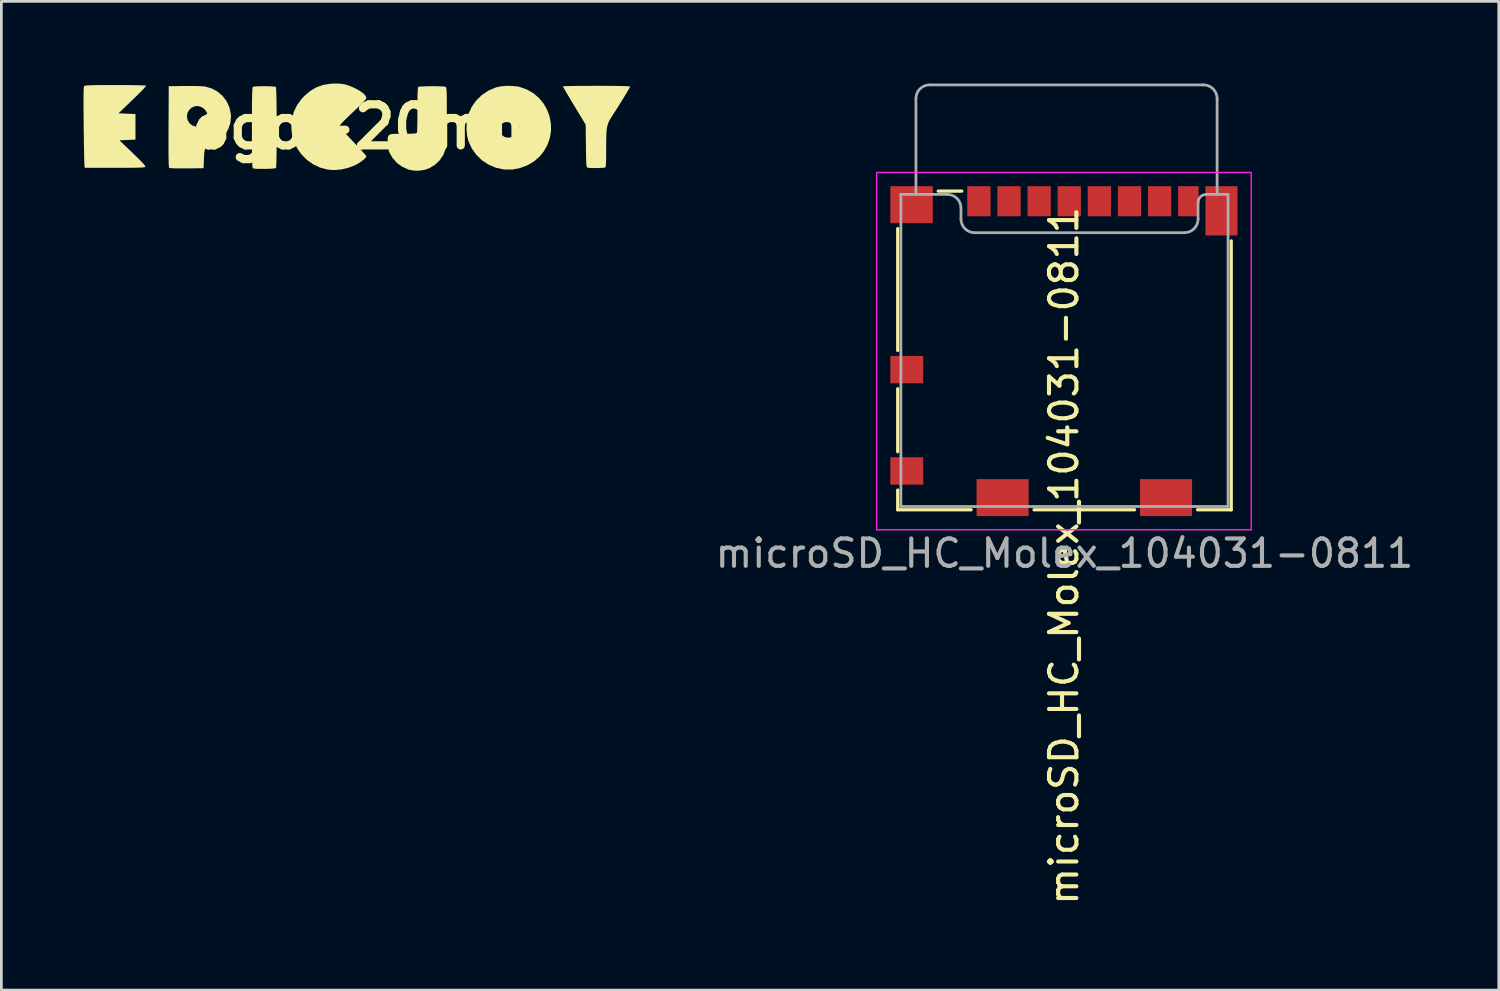
<source format=kicad_pcb>
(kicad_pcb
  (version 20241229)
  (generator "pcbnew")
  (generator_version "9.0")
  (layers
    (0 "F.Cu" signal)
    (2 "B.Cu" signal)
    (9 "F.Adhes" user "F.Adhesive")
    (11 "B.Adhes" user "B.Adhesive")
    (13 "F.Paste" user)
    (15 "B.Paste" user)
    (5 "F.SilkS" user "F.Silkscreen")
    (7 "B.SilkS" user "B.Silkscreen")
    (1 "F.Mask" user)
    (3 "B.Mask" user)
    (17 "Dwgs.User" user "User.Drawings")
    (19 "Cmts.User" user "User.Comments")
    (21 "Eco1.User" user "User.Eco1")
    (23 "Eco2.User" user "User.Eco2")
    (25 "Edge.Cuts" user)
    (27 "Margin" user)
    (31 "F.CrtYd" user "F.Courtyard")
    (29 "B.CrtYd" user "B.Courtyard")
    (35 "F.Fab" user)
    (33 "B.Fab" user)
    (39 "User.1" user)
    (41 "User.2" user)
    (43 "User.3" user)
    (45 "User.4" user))
  (footprint "logo-20mm"
    (layer "F.Cu")
    (at 9.993 1.582)
    (property "Reference" "logo-20mm" (at 0 0 0) (layer "F.SilkS") (effects (font (size 1.5 1.5) (thickness 0.3))))
    (attr board_only exclude_from_pos_files exclude_from_bom)
    (fp_poly (pts (xy -3.294 -1.483) (xy -3.167 -1.479) (xy -3.061 -1.472) (xy -2.99 -1.463) (xy -2.966 -1.455) (xy -2.96 -1.42) (xy -2.955 -1.335) (xy -2.95 -1.207) (xy -2.946 -1.042) (xy -2.943 -0.847) (xy -2.94 -0.628) (xy -2.938 -0.391) (xy -2.937 -0.144) (xy -2.937 0.108) (xy -2.937 0.357) (xy -2.938 0.598) (xy -2.94 0.824) (xy -2.943 1.028) (xy -2.946 1.205) (xy -2.95 1.346) (xy -2.955 1.446) (xy -2.961 1.499) (xy -2.963 1.505) (xy -3.001 1.516) (xy -3.083 1.525) (xy -3.195 1.532) (xy -3.326 1.536) (xy -3.462 1.537) (xy -3.591 1.536) (xy -3.7 1.532) (xy -3.776 1.524) (xy -3.802 1.517) (xy -3.811 1.505) (xy -3.819 1.477) (xy -3.825 1.429) (xy -3.83 1.356) (xy -3.834 1.254) (xy -3.838 1.119) (xy -3.84 0.946) (xy -3.841 0.731) (xy -3.842 0.47) (xy -3.842 0.159) (xy -3.842 0.029) (xy -3.842 -0.313) (xy -3.841 -0.602) (xy -3.84 -0.842) (xy -3.837 -1.036) (xy -3.834 -1.189) (xy -3.829 -1.303) (xy -3.824 -1.384) (xy -3.817 -1.434) (xy -3.81 -1.457) (xy -3.807 -1.459) (xy -3.763 -1.47) (xy -3.676 -1.477) (xy -3.561 -1.482) (xy -3.429 -1.484)) (stroke (width 0) (type solid)) (fill yes) (layer "F.SilkS"))
    (fp_poly (pts (xy -0.613 -1.576) (xy -0.461 -1.554) (xy -0.312 -1.511) (xy -0.149 -1.443) (xy -0.036 -1.389) (xy 0.114 -1.303) (xy 0.232 -1.217) (xy 0.309 -1.135) (xy 0.339 -1.065) (xy 0.339 -1.06) (xy 0.326 -1.025) (xy 0.286 -0.97) (xy 0.214 -0.891) (xy 0.108 -0.784) (xy -0.036 -0.646) (xy -0.156 -0.533) (xy -0.33 -0.367) (xy -0.468 -0.232) (xy -0.567 -0.128) (xy -0.626 -0.058) (xy -0.643 -0.023) (xy -0.622 0.01) (xy -0.567 0.078) (xy -0.484 0.173) (xy -0.377 0.291) (xy -0.252 0.425) (xy -0.148 0.535) (xy -0.015 0.676) (xy 0.105 0.804) (xy 0.206 0.915) (xy 0.282 1.001) (xy 0.327 1.057) (xy 0.339 1.076) (xy 0.316 1.123) (xy 0.252 1.188) (xy 0.16 1.261) (xy 0.049 1.335) (xy -0.07 1.4) (xy -0.071 1.401) (xy -0.311 1.495) (xy -0.571 1.556) (xy -0.831 1.58) (xy -1.073 1.563) (xy -1.074 1.563) (xy -1.352 1.489) (xy -1.608 1.368) (xy -1.837 1.205) (xy -2.034 1.006) (xy -2.193 0.777) (xy -2.311 0.524) (xy -2.382 0.252) (xy -2.402 0.01) (xy -2.38 -0.284) (xy -2.312 -0.549) (xy -2.194 -0.792) (xy -2.025 -1.021) (xy -1.935 -1.118) (xy -1.718 -1.306) (xy -1.488 -1.442) (xy -1.237 -1.531) (xy -0.957 -1.575) (xy -0.788 -1.582)) (stroke (width 0) (type solid)) (fill yes) (layer "F.SilkS"))
    (fp_poly (pts (xy 9.062 -1.497) (xy 9.336 -1.495) (xy 9.564 -1.492) (xy 9.744 -1.488) (xy 9.873 -1.483) (xy 9.951 -1.476) (xy 9.974 -1.47) (xy 9.959 -1.438) (xy 9.919 -1.366) (xy 9.857 -1.261) (xy 9.779 -1.131) (xy 9.688 -0.983) (xy 9.59 -0.825) (xy 9.489 -0.665) (xy 9.39 -0.509) (xy 9.324 -0.408) (xy 9.259 -0.305) (xy 9.207 -0.214) (xy 9.168 -0.126) (xy 9.14 -0.032) (xy 9.12 0.077) (xy 9.108 0.208) (xy 9.101 0.371) (xy 9.098 0.575) (xy 9.098 0.783) (xy 9.097 1.004) (xy 9.095 1.175) (xy 9.092 1.301) (xy 9.087 1.39) (xy 9.079 1.446) (xy 9.069 1.476) (xy 9.058 1.486) (xy 9.007 1.495) (xy 8.915 1.501) (xy 8.799 1.505) (xy 8.675 1.506) (xy 8.56 1.505) (xy 8.469 1.5) (xy 8.419 1.492) (xy 8.404 1.483) (xy 8.391 1.465) (xy 8.382 1.433) (xy 8.374 1.378) (xy 8.369 1.296) (xy 8.365 1.179) (xy 8.362 1.022) (xy 8.359 0.817) (xy 8.358 0.698) (xy 8.349 -0.077) (xy 7.932 -0.768) (xy 7.825 -0.946) (xy 7.728 -1.109) (xy 7.645 -1.249) (xy 7.58 -1.361) (xy 7.535 -1.439) (xy 7.516 -1.476) (xy 7.515 -1.478) (xy 7.543 -1.482) (xy 7.621 -1.486) (xy 7.744 -1.489) (xy 7.906 -1.492) (xy 8.102 -1.495) (xy 8.326 -1.496) (xy 8.572 -1.497) (xy 8.744 -1.497)) (stroke (width 0) (type solid)) (fill yes) (layer "F.SilkS"))
    (fp_poly (pts (xy -8.582 -1.525) (xy -8.355 -1.524) (xy -8.153 -1.521) (xy -7.98 -1.518) (xy -7.844 -1.514) (xy -7.75 -1.509) (xy -7.705 -1.504) (xy -7.702 -1.503) (xy -7.718 -1.478) (xy -7.769 -1.419) (xy -7.851 -1.333) (xy -7.958 -1.225) (xy -8.085 -1.099) (xy -8.2 -0.987) (xy -8.713 -0.494) (xy -8.404 -0.48) (xy -8.095 -0.466) (xy -8.095 0) (xy -8.095 0.466) (xy -8.387 0.48) (xy -8.68 0.494) (xy -8.198 0.955) (xy -8.022 1.126) (xy -7.887 1.262) (xy -7.793 1.363) (xy -7.742 1.429) (xy -7.732 1.456) (xy -7.743 1.467) (xy -7.77 1.476) (xy -7.818 1.482) (xy -7.893 1.488) (xy -7.998 1.492) (xy -8.14 1.495) (xy -8.324 1.496) (xy -8.553 1.497) (xy -8.834 1.497) (xy -8.846 1.497) (xy -9.944 1.497) (xy -9.957 1.434) (xy -9.96 1.394) (xy -9.963 1.303) (xy -9.967 1.167) (xy -9.971 0.991) (xy -9.975 0.782) (xy -9.979 0.544) (xy -9.982 0.284) (xy -9.986 0.008) (xy -9.986 -0.039) (xy -9.99 -0.385) (xy -9.992 -0.677) (xy -9.993 -0.919) (xy -9.992 -1.113) (xy -9.99 -1.264) (xy -9.986 -1.374) (xy -9.98 -1.445) (xy -9.973 -1.482) (xy -9.971 -1.487) (xy -9.953 -1.497) (xy -9.916 -1.505) (xy -9.855 -1.512) (xy -9.764 -1.517) (xy -9.64 -1.521) (xy -9.476 -1.523) (xy -9.268 -1.525) (xy -9.012 -1.526) (xy -8.827 -1.526)) (stroke (width 0) (type solid)) (fill yes) (layer "F.SilkS"))
    (fp_poly (pts (xy 5.661 -1.494) (xy 5.856 -1.473) (xy 5.946 -1.454) (xy 6.214 -1.358) (xy 6.45 -1.22) (xy 6.651 -1.046) (xy 6.816 -0.843) (xy 6.944 -0.617) (xy 7.032 -0.374) (xy 7.079 -0.119) (xy 7.083 0.142) (xy 7.042 0.402) (xy 6.955 0.655) (xy 6.82 0.895) (xy 6.678 1.073) (xy 6.471 1.257) (xy 6.229 1.401) (xy 5.964 1.502) (xy 5.686 1.557) (xy 5.405 1.561) (xy 5.339 1.554) (xy 5.055 1.491) (xy 4.792 1.377) (xy 4.555 1.219) (xy 4.352 1.02) (xy 4.187 0.786) (xy 4.066 0.52) (xy 4.064 0.514) (xy 4.016 0.313) (xy 3.995 0.085) (xy 3.998 0.007) (xy 5.156 0.007) (xy 5.175 0.135) (xy 5.247 0.256) (xy 5.3 0.309) (xy 5.38 0.367) (xy 5.461 0.392) (xy 5.532 0.395) (xy 5.658 0.379) (xy 5.753 0.341) (xy 5.839 0.259) (xy 5.891 0.158) (xy 5.92 0.075) (xy 5.926 0.016) (xy 5.911 -0.049) (xy 5.892 -0.1) (xy 5.818 -0.225) (xy 5.715 -0.308) (xy 5.593 -0.347) (xy 5.463 -0.339) (xy 5.337 -0.283) (xy 5.279 -0.236) (xy 5.19 -0.118) (xy 5.156 0.007) (xy 3.998 0.007) (xy 4.003 -0.149) (xy 4.037 -0.367) (xy 4.064 -0.46) (xy 4.184 -0.725) (xy 4.35 -0.96) (xy 4.556 -1.161) (xy 4.796 -1.322) (xy 5.065 -1.437) (xy 5.082 -1.442) (xy 5.251 -1.478) (xy 5.452 -1.496)) (stroke (width 0) (type solid)) (fill yes) (layer "F.SilkS"))
    (fp_poly (pts (xy -5.921 -1.49) (xy -5.762 -1.486) (xy -5.635 -1.48) (xy -5.552 -1.471) (xy -5.543 -1.47) (xy -5.303 -1.398) (xy -5.09 -1.281) (xy -4.91 -1.124) (xy -4.766 -0.934) (xy -4.666 -0.716) (xy -4.613 -0.476) (xy -4.606 -0.349) (xy -4.632 -0.13) (xy -4.706 0.084) (xy -4.821 0.283) (xy -4.971 0.457) (xy -5.147 0.597) (xy -5.343 0.692) (xy -5.354 0.695) (xy -5.442 0.726) (xy -5.504 0.758) (xy -5.545 0.801) (xy -5.569 0.866) (xy -5.583 0.963) (xy -5.591 1.102) (xy -5.594 1.166) (xy -5.608 1.512) (xy -6.216 1.519) (xy -6.397 1.52) (xy -6.56 1.518) (xy -6.696 1.516) (xy -6.796 1.511) (xy -6.851 1.505) (xy -6.859 1.503) (xy -6.867 1.486) (xy -6.874 1.446) (xy -6.879 1.377) (xy -6.883 1.278) (xy -6.886 1.142) (xy -6.888 0.967) (xy -6.889 0.75) (xy -6.889 0.485) (xy -6.888 0.169) (xy -6.887 -0.002) (xy -6.885 -0.381) (xy -6.216 -0.381) (xy -6.191 -0.246) (xy -6.125 -0.135) (xy -6.028 -0.054) (xy -5.911 -0.01) (xy -5.784 -0.009) (xy -5.658 -0.056) (xy -5.658 -0.056) (xy -5.544 -0.153) (xy -5.478 -0.27) (xy -5.459 -0.395) (xy -5.487 -0.519) (xy -5.561 -0.631) (xy -5.682 -0.722) (xy -5.685 -0.723) (xy -5.811 -0.76) (xy -5.936 -0.749) (xy -6.05 -0.696) (xy -6.141 -0.607) (xy -6.2 -0.491) (xy -6.216 -0.381) (xy -6.885 -0.381) (xy -6.88 -1.483) (xy -6.289 -1.491) (xy -6.101 -1.492)) (stroke (width 0) (type solid)) (fill yes) (layer "F.SilkS"))
    (fp_poly (pts (xy 2.918 -1.482) (xy 3.048 -1.479) (xy 3.151 -1.473) (xy 3.216 -1.466) (xy 3.228 -1.463) (xy 3.241 -1.453) (xy 3.251 -1.434) (xy 3.26 -1.401) (xy 3.266 -1.348) (xy 3.271 -1.269) (xy 3.274 -1.159) (xy 3.276 -1.013) (xy 3.277 -0.825) (xy 3.277 -0.59) (xy 3.277 -0.4) (xy 3.277 -0.116) (xy 3.276 0.119) (xy 3.273 0.308) (xy 3.269 0.46) (xy 3.264 0.578) (xy 3.256 0.67) (xy 3.247 0.742) (xy 3.235 0.799) (xy 3.234 0.806) (xy 3.147 1.032) (xy 3.012 1.23) (xy 2.833 1.395) (xy 2.63 1.516) (xy 2.461 1.573) (xy 2.27 1.602) (xy 2.077 1.601) (xy 1.904 1.57) (xy 1.878 1.561) (xy 1.643 1.455) (xy 1.452 1.317) (xy 1.298 1.141) (xy 1.194 0.963) (xy 1.152 0.868) (xy 1.129 0.778) (xy 1.119 0.67) (xy 1.117 0.578) (xy 1.117 0.468) (xy 1.122 0.386) (xy 1.14 0.329) (xy 1.179 0.291) (xy 1.245 0.269) (xy 1.345 0.258) (xy 1.487 0.254) (xy 1.678 0.254) (xy 1.682 0.254) (xy 1.861 0.254) (xy 1.993 0.251) (xy 2.083 0.247) (xy 2.14 0.239) (xy 2.172 0.227) (xy 2.186 0.211) (xy 2.187 0.21) (xy 2.191 0.171) (xy 2.195 0.083) (xy 2.199 -0.046) (xy 2.201 -0.209) (xy 2.203 -0.398) (xy 2.204 -0.604) (xy 2.204 -0.636) (xy 2.204 -0.887) (xy 2.206 -1.085) (xy 2.21 -1.237) (xy 2.216 -1.345) (xy 2.223 -1.415) (xy 2.233 -1.452) (xy 2.238 -1.459) (xy 2.28 -1.468) (xy 2.366 -1.474) (xy 2.485 -1.479) (xy 2.624 -1.482) (xy 2.772 -1.483)) (stroke (width 0) (type solid)) (fill yes) (layer "F.SilkS")))
  (footprint "microSD_HC_Molex_104031-0811"
    (layer "F.Cu")
    (at 35.81 9.75)
    (property "Reference" "microSD_HC_Molex_104031-0811" (at 0 7.5 90) (layer "F.SilkS") (effects (font (size 1 1) (thickness 0.15))))
    (attr smd)
    (fp_line (start -6.07 -4.45) (end -6.07 0) (stroke (width 0.12) (type solid)) (layer "F.SilkS"))
    (fp_line (start -6.07 1.4) (end -6.07 3.7) (stroke (width 0.12) (type solid)) (layer "F.SilkS"))
    (fp_line (start -6.07 5.1) (end -6.07 5.82) (stroke (width 0.12) (type solid)) (layer "F.SilkS"))
    (fp_line (start -6.07 5.82) (end -3.39 5.82) (stroke (width 0.12) (type solid)) (layer "F.SilkS"))
    (fp_line (start -4.59 -5.82) (end -3.73 -5.82) (stroke (width 0.12) (type solid)) (layer "F.SilkS"))
    (fp_line (start -1.09 5.82) (end 2.58 5.82) (stroke (width 0.12) (type solid)) (layer "F.SilkS"))
    (fp_line (start 4.88 5.82) (end 6.11 5.82) (stroke (width 0.12) (type solid)) (layer "F.SilkS"))
    (fp_line (start 6.11 5.82) (end 6.11 -4) (stroke (width 0.12) (type solid)) (layer "F.SilkS"))
    (fp_line (start -6.84 -6.5) (end 6.84 -6.5) (stroke (width 0.05) (type solid)) (layer "F.CrtYd"))
    (fp_line (start -6.84 6.55) (end -6.84 -6.5) (stroke (width 0.05) (type solid)) (layer "F.CrtYd"))
    (fp_line (start 6.84 -6.5) (end 6.84 6.55) (stroke (width 0.05) (type solid)) (layer "F.CrtYd"))
    (fp_line (start 6.84 6.55) (end -6.84 6.55) (stroke (width 0.05) (type solid)) (layer "F.CrtYd"))
    (fp_line (start -5.955 -5.7) (end -5.955 5.7) (stroke (width 0.1) (type solid)) (layer "F.Fab"))
    (fp_line (start -5.955 -5.7) (end -4.26 -5.7) (stroke (width 0.1) (type solid)) (layer "F.Fab"))
    (fp_line (start -5.405 -9.2) (end -5.405 -5.7) (stroke (width 0.1) (type solid)) (layer "F.Fab"))
    (fp_line (start -4.905 -9.7) (end 5.095 -9.7) (stroke (width 0.1) (type solid)) (layer "F.Fab"))
    (fp_line (start -3.76 -4.8) (end -3.76 -5.2) (stroke (width 0.1) (type solid)) (layer "F.Fab"))
    (fp_line (start 4.4 -4.3) (end -3.26 -4.3) (stroke (width 0.1) (type solid)) (layer "F.Fab"))
    (fp_line (start 4.9 -5.4) (end 4.9 -4.8) (stroke (width 0.1) (type solid)) (layer "F.Fab"))
    (fp_line (start 5.595 -5.7) (end 5.595 -9.2) (stroke (width 0.1) (type solid)) (layer "F.Fab"))
    (fp_line (start 5.995 -5.7) (end 5.21 -5.7) (stroke (width 0.1) (type solid)) (layer "F.Fab"))
    (fp_line (start 5.995 5.7) (end -5.955 5.7) (stroke (width 0.1) (type solid)) (layer "F.Fab"))
    (fp_line (start 5.995 5.7) (end 5.995 -5.7) (stroke (width 0.1) (type solid)) (layer "F.Fab"))
    (fp_arc (start -5.405 -9.2) (mid -5.258553 -9.553553) (end -4.905 -9.7) (stroke (width 0.1) (type solid)) (layer "F.Fab"))
    (fp_arc (start -4.26 -5.7) (mid -3.906447 -5.553553) (end -3.76 -5.2) (stroke (width 0.1) (type solid)) (layer "F.Fab"))
    (fp_arc (start -3.26 -4.3) (mid -3.613553 -4.446447) (end -3.76 -4.8) (stroke (width 0.1) (type solid)) (layer "F.Fab"))
    (fp_arc (start 4.9 -5.4) (mid 4.987868 -5.612132) (end 5.2 -5.7) (stroke (width 0.1) (type solid)) (layer "F.Fab"))
    (fp_arc (start 4.9 -4.8) (mid 4.753553 -4.446447) (end 4.4 -4.3) (stroke (width 0.1) (type solid)) (layer "F.Fab"))
    (fp_arc (start 5.095 -9.7) (mid 5.448553 -9.553553) (end 5.595 -9.2) (stroke (width 0.1) (type solid)) (layer "F.Fab"))
    (fp_text user "${REFERENCE}" (at 0.02 7.412 180) (layer "F.Fab") (effects (font (size 1 1) (thickness 0.15))))
    (pad "1" smd rect (at -3.105 -5.45) (size 0.85 1.1) (layers "F.Cu" "F.Mask" "F.Paste"))
    (pad "2" smd rect (at -2.005 -5.45) (size 0.85 1.1) (layers "F.Cu" "F.Mask" "F.Paste"))
    (pad "3" smd rect (at -0.905 -5.45) (size 0.85 1.1) (layers "F.Cu" "F.Mask" "F.Paste"))
    (pad "4" smd rect (at 0.195 -5.45) (size 0.85 1.1) (layers "F.Cu" "F.Mask" "F.Paste"))
    (pad "5" smd rect (at 1.295 -5.45) (size 0.85 1.1) (layers "F.Cu" "F.Mask" "F.Paste"))
    (pad "6" smd rect (at 2.395 -5.45) (size 0.85 1.1) (layers "F.Cu" "F.Mask" "F.Paste"))
    (pad "7" smd rect (at 3.495 -5.45) (size 0.85 1.1) (layers "F.Cu" "F.Mask" "F.Paste"))
    (pad "8" smd rect (at 4.545 -5.45) (size 0.75 1.1) (layers "F.Cu" "F.Mask" "F.Paste"))
    (pad "9" smd rect (at -5.74 0.7) (size 1.2 1) (layers "F.Cu" "F.Mask" "F.Paste"))
    (pad "10" smd rect (at -5.74 4.4) (size 1.2 1) (layers "F.Cu" "F.Mask" "F.Paste"))
    (pad "11" smd rect (at -5.565 -5.325) (size 1.55 1.35) (layers "F.Cu" "F.Mask" "F.Paste"))
    (pad "11" smd rect (at -2.24 5.375) (size 1.9 1.35) (layers "F.Cu" "F.Mask" "F.Paste"))
    (pad "11" smd rect (at 3.73 5.375) (size 1.9 1.35) (layers "F.Cu" "F.Mask" "F.Paste"))
    (pad "11" smd rect (at 5.755 -5.1) (size 1.17 1.8) (layers "F.Cu" "F.Mask" "F.Paste")))
  (gr_rect
    (start -3 -3)
    (end 51.693 33.113)
    (stroke (width 0.1) (type default))
    (fill no)
    (layer "Edge.Cuts")))
</source>
